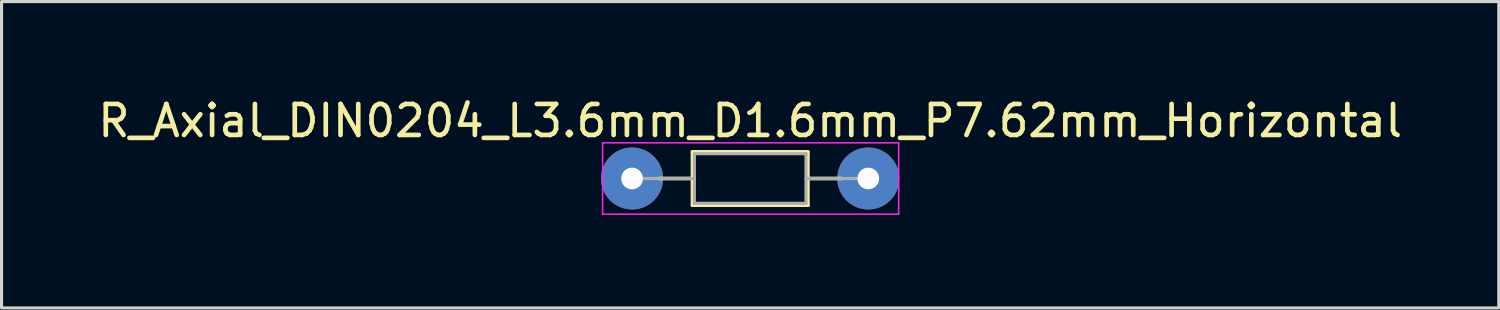
<source format=kicad_pcb>
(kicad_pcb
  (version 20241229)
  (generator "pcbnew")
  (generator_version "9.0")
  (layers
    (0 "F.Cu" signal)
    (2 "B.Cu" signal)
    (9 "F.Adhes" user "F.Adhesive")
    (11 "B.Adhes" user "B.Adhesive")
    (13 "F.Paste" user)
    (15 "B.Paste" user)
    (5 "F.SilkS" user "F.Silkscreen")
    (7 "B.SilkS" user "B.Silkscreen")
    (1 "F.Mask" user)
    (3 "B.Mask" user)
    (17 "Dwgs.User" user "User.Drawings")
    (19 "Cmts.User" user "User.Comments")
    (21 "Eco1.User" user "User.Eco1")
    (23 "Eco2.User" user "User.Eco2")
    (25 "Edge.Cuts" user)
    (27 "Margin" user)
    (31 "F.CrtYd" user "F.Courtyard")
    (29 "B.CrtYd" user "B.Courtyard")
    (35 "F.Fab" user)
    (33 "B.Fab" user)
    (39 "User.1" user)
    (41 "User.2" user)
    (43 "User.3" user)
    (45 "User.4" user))
  (footprint "R_Axial_DIN0204_L3.6mm_D1.6mm_P7.62mm_Horizontal"
    (layer "F.Cu")
    (at 17.339 2.708)
    (property "Reference" "R_Axial_DIN0204_L3.6mm_D1.6mm_P7.62mm_Horizontal" (at 3.81 -1.86 0) (layer "F.SilkS") (effects (font (size 1 1) (thickness 0.15))))
    (attr through_hole)
    (fp_line (start 0.88 0) (end 1.95 0) (stroke (width 0.12) (type solid)) (layer "F.SilkS"))
    (fp_line (start 1.95 -0.86) (end 1.95 0.86) (stroke (width 0.12) (type solid)) (layer "F.SilkS"))
    (fp_line (start 1.95 0.86) (end 5.67 0.86) (stroke (width 0.12) (type solid)) (layer "F.SilkS"))
    (fp_line (start 5.67 -0.86) (end 1.95 -0.86) (stroke (width 0.12) (type solid)) (layer "F.SilkS"))
    (fp_line (start 5.67 0.86) (end 5.67 -0.86) (stroke (width 0.12) (type solid)) (layer "F.SilkS"))
    (fp_line (start 6.74 0) (end 5.67 0) (stroke (width 0.12) (type solid)) (layer "F.SilkS"))
    (fp_line (start -0.95 -1.15) (end -0.95 1.15) (stroke (width 0.05) (type solid)) (layer "F.CrtYd"))
    (fp_line (start -0.95 1.15) (end 8.6 1.15) (stroke (width 0.05) (type solid)) (layer "F.CrtYd"))
    (fp_line (start 8.6 -1.15) (end -0.95 -1.15) (stroke (width 0.05) (type solid)) (layer "F.CrtYd"))
    (fp_line (start 8.6 1.15) (end 8.6 -1.15) (stroke (width 0.05) (type solid)) (layer "F.CrtYd"))
    (fp_line (start 0 0) (end 2.01 0) (stroke (width 0.1) (type solid)) (layer "F.Fab"))
    (fp_line (start 2.01 -0.8) (end 2.01 0.8) (stroke (width 0.1) (type solid)) (layer "F.Fab"))
    (fp_line (start 2.01 0.8) (end 5.61 0.8) (stroke (width 0.1) (type solid)) (layer "F.Fab"))
    (fp_line (start 5.61 -0.8) (end 2.01 -0.8) (stroke (width 0.1) (type solid)) (layer "F.Fab"))
    (fp_line (start 5.61 0.8) (end 5.61 -0.8) (stroke (width 0.1) (type solid)) (layer "F.Fab"))
    (fp_line (start 7.62 0) (end 5.61 0) (stroke (width 0.1) (type solid)) (layer "F.Fab"))
    (pad "1" thru_hole circle (at 0 0) (size 2 2) (drill 0.7) (layers "*.Cu" "*.Mask"))
    (pad "2" thru_hole oval (at 7.62 0) (size 2 2) (drill 0.7) (layers "*.Cu" "*.Mask")))
  (gr_rect
    (start -3 -3)
    (end 45.298 6.883)
    (stroke (width 0.1) (type default))
    (fill no)
    (layer "Edge.Cuts")))
</source>
